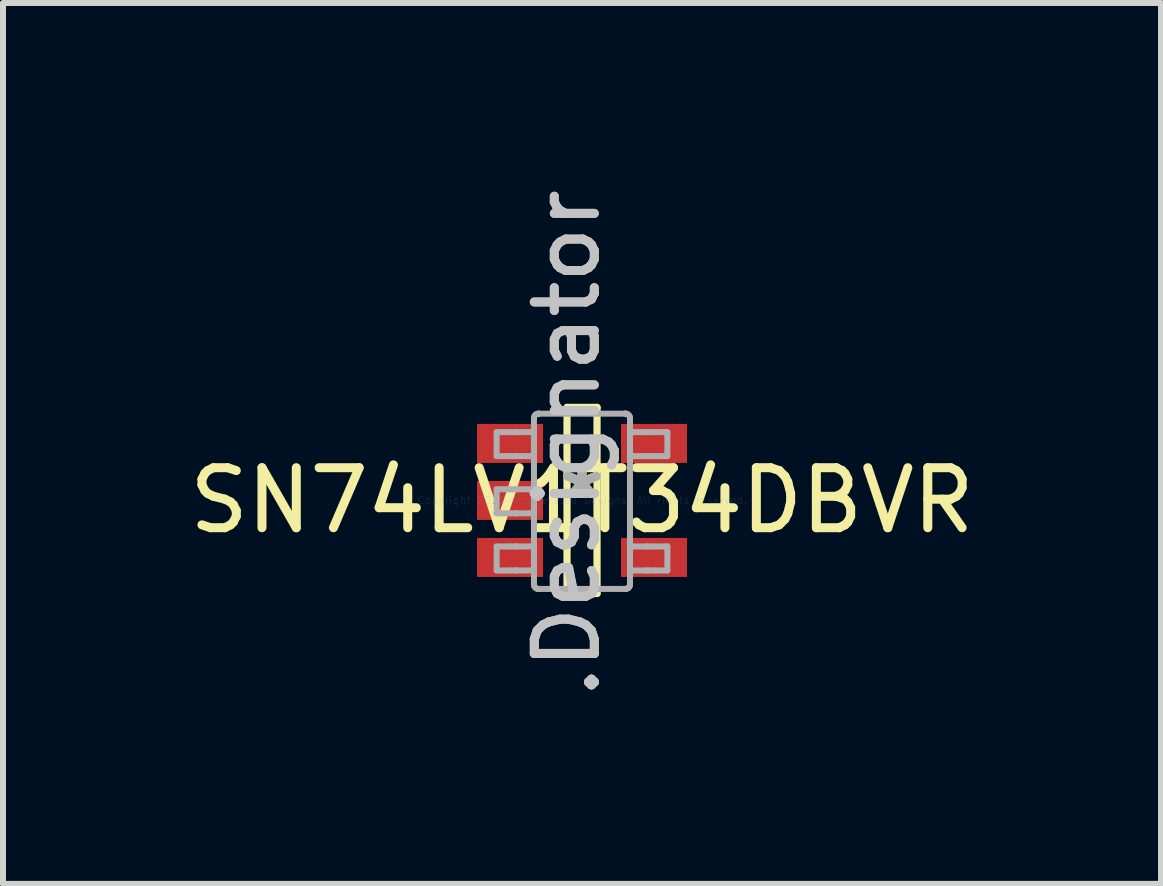
<source format=kicad_pcb>
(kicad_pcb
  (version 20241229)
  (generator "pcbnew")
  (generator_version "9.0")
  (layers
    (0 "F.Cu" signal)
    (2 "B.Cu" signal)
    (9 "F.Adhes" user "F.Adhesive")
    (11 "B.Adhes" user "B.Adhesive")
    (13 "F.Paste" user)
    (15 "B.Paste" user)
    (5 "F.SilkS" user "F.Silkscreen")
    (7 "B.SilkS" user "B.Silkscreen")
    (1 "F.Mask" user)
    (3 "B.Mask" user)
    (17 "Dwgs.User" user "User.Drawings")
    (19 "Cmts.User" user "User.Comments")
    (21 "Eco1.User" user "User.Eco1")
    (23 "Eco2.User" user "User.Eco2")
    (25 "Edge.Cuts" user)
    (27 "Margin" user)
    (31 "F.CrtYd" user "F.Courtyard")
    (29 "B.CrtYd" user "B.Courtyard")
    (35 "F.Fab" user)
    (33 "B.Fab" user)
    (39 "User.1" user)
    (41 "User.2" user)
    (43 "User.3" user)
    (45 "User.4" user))
  (footprint "SN74LV1T34DBVR"
    (layer "F.Cu")
    (at 6.649 5.289)
    (property "Reference" "SN74LV1T34DBVR" (at 0 0 0) (layer "F.SilkS") (effects (font (size 1 1) (thickness 0.15))))
    (attr through_hole)
    (fp_line (start -0.25 -1.55) (end 0.25 -1.55) (stroke (width 0.12) (type solid)) (layer "F.SilkS"))
    (fp_line (start -0.25 1.55) (end -0.25 -1.55) (stroke (width 0.12) (type solid)) (layer "F.SilkS"))
    (fp_line (start -0.25 1.55) (end 0.25 1.55) (stroke (width 0.12) (type solid)) (layer "F.SilkS"))
    (fp_line (start 0.25 1.55) (end 0.25 -1.55) (stroke (width 0.12) (type solid)) (layer "F.SilkS"))
    (fp_line (start -1.423 -1.138) (end -1.199 -1.138) (stroke (width 0.1) (type solid)) (layer "F.Fab"))
    (fp_line (start -1.423 -0.738) (end -1.423 -1.138) (stroke (width 0.1) (type solid)) (layer "F.Fab"))
    (fp_line (start -1.423 -0.738) (end -1.199 -0.738) (stroke (width 0.1) (type solid)) (layer "F.Fab"))
    (fp_line (start -1.423 -0.186) (end -1.199 -0.186) (stroke (width 0.1) (type solid)) (layer "F.Fab"))
    (fp_line (start -1.423 0.215) (end -1.423 -0.186) (stroke (width 0.1) (type solid)) (layer "F.Fab"))
    (fp_line (start -1.423 0.215) (end -1.199 0.215) (stroke (width 0.1) (type solid)) (layer "F.Fab"))
    (fp_line (start -1.423 0.767) (end -1.199 0.767) (stroke (width 0.1) (type solid)) (layer "F.Fab"))
    (fp_line (start -1.423 1.167) (end -1.423 0.767) (stroke (width 0.1) (type solid)) (layer "F.Fab"))
    (fp_line (start -1.423 1.167) (end -1.199 1.167) (stroke (width 0.1) (type solid)) (layer "F.Fab"))
    (fp_line (start -1.199 -1.138) (end -1.105 -1.138) (stroke (width 0.1) (type solid)) (layer "F.Fab"))
    (fp_line (start -1.199 -0.738) (end -1.105 -0.738) (stroke (width 0.1) (type solid)) (layer "F.Fab"))
    (fp_line (start -1.199 -0.186) (end -1.105 -0.186) (stroke (width 0.1) (type solid)) (layer "F.Fab"))
    (fp_line (start -1.199 0.215) (end -1.105 0.215) (stroke (width 0.1) (type solid)) (layer "F.Fab"))
    (fp_line (start -1.199 0.767) (end -1.105 0.767) (stroke (width 0.1) (type solid)) (layer "F.Fab"))
    (fp_line (start -1.199 1.167) (end -1.105 1.167) (stroke (width 0.1) (type solid)) (layer "F.Fab"))
    (fp_line (start -1.105 -1.138) (end -1.088 -1.138) (stroke (width 0.1) (type solid)) (layer "F.Fab"))
    (fp_line (start -1.105 -0.738) (end -1.088 -0.738) (stroke (width 0.1) (type solid)) (layer "F.Fab"))
    (fp_line (start -1.105 -0.186) (end -1.088 -0.186) (stroke (width 0.1) (type solid)) (layer "F.Fab"))
    (fp_line (start -1.105 0.215) (end -1.088 0.215) (stroke (width 0.1) (type solid)) (layer "F.Fab"))
    (fp_line (start -1.105 0.767) (end -1.088 0.767) (stroke (width 0.1) (type solid)) (layer "F.Fab"))
    (fp_line (start -1.105 1.167) (end -1.088 1.167) (stroke (width 0.1) (type solid)) (layer "F.Fab"))
    (fp_line (start -1.088 -1.138) (end -0.835 -1.138) (stroke (width 0.1) (type solid)) (layer "F.Fab"))
    (fp_line (start -1.088 -0.738) (end -0.835 -0.738) (stroke (width 0.1) (type solid)) (layer "F.Fab"))
    (fp_line (start -1.088 -0.186) (end -0.835 -0.186) (stroke (width 0.1) (type solid)) (layer "F.Fab"))
    (fp_line (start -1.088 0.215) (end -0.835 0.215) (stroke (width 0.1) (type solid)) (layer "F.Fab"))
    (fp_line (start -1.088 0.767) (end -0.835 0.767) (stroke (width 0.1) (type solid)) (layer "F.Fab"))
    (fp_line (start -1.088 1.167) (end -0.835 1.167) (stroke (width 0.1) (type solid)) (layer "F.Fab"))
    (fp_line (start -0.835 -1.138) (end -0.801 -1.138) (stroke (width 0.1) (type solid)) (layer "F.Fab"))
    (fp_line (start -0.835 -0.738) (end -0.801 -0.738) (stroke (width 0.1) (type solid)) (layer "F.Fab"))
    (fp_line (start -0.835 -0.186) (end -0.801 -0.186) (stroke (width 0.1) (type solid)) (layer "F.Fab"))
    (fp_line (start -0.835 0.215) (end -0.801 0.215) (stroke (width 0.1) (type solid)) (layer "F.Fab"))
    (fp_line (start -0.835 0.767) (end -0.801 0.767) (stroke (width 0.1) (type solid)) (layer "F.Fab"))
    (fp_line (start -0.835 1.167) (end -0.801 1.167) (stroke (width 0.1) (type solid)) (layer "F.Fab"))
    (fp_line (start -0.801 -1.37) (end -0.801 -1.371) (stroke (width 0.1) (type solid)) (layer "F.Fab"))
    (fp_line (start -0.801 -0.738) (end -0.801 -1.138) (stroke (width 0.1) (type solid)) (layer "F.Fab"))
    (fp_line (start -0.801 0.215) (end -0.801 -0.186) (stroke (width 0.1) (type solid)) (layer "F.Fab"))
    (fp_line (start -0.801 1.167) (end -0.801 0.767) (stroke (width 0.1) (type solid)) (layer "F.Fab"))
    (fp_line (start -0.801 1.399) (end -0.801 -1.37) (stroke (width 0.1) (type solid)) (layer "F.Fab"))
    (fp_line (start -0.801 1.4) (end -0.801 1.399) (stroke (width 0.1) (type solid)) (layer "F.Fab"))
    (fp_line (start -0.725 -1.446) (end -0.725 -1.446) (stroke (width 0.1) (type solid)) (layer "F.Fab"))
    (fp_line (start -0.725 1.475) (end -0.725 1.475) (stroke (width 0.1) (type solid)) (layer "F.Fab"))
    (fp_line (start -0.725 -1.446) (end 0.723 -1.446) (stroke (width 0.1) (type solid)) (layer "F.Fab"))
    (fp_line (start -0.725 1.475) (end 0.723 1.475) (stroke (width 0.1) (type solid)) (layer "F.Fab"))
    (fp_line (start 0.723 -1.446) (end 0.724 -1.446) (stroke (width 0.1) (type solid)) (layer "F.Fab"))
    (fp_line (start 0.723 1.475) (end 0.724 1.475) (stroke (width 0.1) (type solid)) (layer "F.Fab"))
    (fp_line (start 0.799 -1.37) (end 0.799 -1.371) (stroke (width 0.1) (type solid)) (layer "F.Fab"))
    (fp_line (start 0.799 -1.138) (end 0.834 -1.138) (stroke (width 0.1) (type solid)) (layer "F.Fab"))
    (fp_line (start 0.799 -0.738) (end 0.799 -1.138) (stroke (width 0.1) (type solid)) (layer "F.Fab"))
    (fp_line (start 0.799 -0.738) (end 0.834 -0.738) (stroke (width 0.1) (type solid)) (layer "F.Fab"))
    (fp_line (start 0.799 0.767) (end 0.834 0.767) (stroke (width 0.1) (type solid)) (layer "F.Fab"))
    (fp_line (start 0.799 1.167) (end 0.799 0.767) (stroke (width 0.1) (type solid)) (layer "F.Fab"))
    (fp_line (start 0.799 1.167) (end 0.834 1.167) (stroke (width 0.1) (type solid)) (layer "F.Fab"))
    (fp_line (start 0.799 1.399) (end 0.799 -1.37) (stroke (width 0.1) (type solid)) (layer "F.Fab"))
    (fp_line (start 0.799 1.4) (end 0.799 1.399) (stroke (width 0.1) (type solid)) (layer "F.Fab"))
    (fp_line (start 0.834 -1.138) (end 1.087 -1.138) (stroke (width 0.1) (type solid)) (layer "F.Fab"))
    (fp_line (start 0.834 -0.738) (end 1.087 -0.738) (stroke (width 0.1) (type solid)) (layer "F.Fab"))
    (fp_line (start 0.834 0.767) (end 1.087 0.767) (stroke (width 0.1) (type solid)) (layer "F.Fab"))
    (fp_line (start 0.834 1.167) (end 1.087 1.167) (stroke (width 0.1) (type solid)) (layer "F.Fab"))
    (fp_line (start 1.087 -1.138) (end 1.103 -1.138) (stroke (width 0.1) (type solid)) (layer "F.Fab"))
    (fp_line (start 1.087 -0.738) (end 1.103 -0.738) (stroke (width 0.1) (type solid)) (layer "F.Fab"))
    (fp_line (start 1.087 0.767) (end 1.103 0.767) (stroke (width 0.1) (type solid)) (layer "F.Fab"))
    (fp_line (start 1.087 1.167) (end 1.103 1.167) (stroke (width 0.1) (type solid)) (layer "F.Fab"))
    (fp_line (start 1.103 -1.138) (end 1.198 -1.138) (stroke (width 0.1) (type solid)) (layer "F.Fab"))
    (fp_line (start 1.103 -0.738) (end 1.198 -0.738) (stroke (width 0.1) (type solid)) (layer "F.Fab"))
    (fp_line (start 1.103 0.767) (end 1.198 0.767) (stroke (width 0.1) (type solid)) (layer "F.Fab"))
    (fp_line (start 1.103 1.167) (end 1.198 1.167) (stroke (width 0.1) (type solid)) (layer "F.Fab"))
    (fp_line (start 1.198 -1.138) (end 1.422 -1.138) (stroke (width 0.1) (type solid)) (layer "F.Fab"))
    (fp_line (start 1.198 -0.738) (end 1.422 -0.738) (stroke (width 0.1) (type solid)) (layer "F.Fab"))
    (fp_line (start 1.198 0.767) (end 1.422 0.767) (stroke (width 0.1) (type solid)) (layer "F.Fab"))
    (fp_line (start 1.198 1.167) (end 1.422 1.167) (stroke (width 0.1) (type solid)) (layer "F.Fab"))
    (fp_line (start 1.422 -0.738) (end 1.422 -1.138) (stroke (width 0.1) (type solid)) (layer "F.Fab"))
    (fp_line (start 1.422 1.167) (end 1.422 0.767) (stroke (width 0.1) (type solid)) (layer "F.Fab"))
    (fp_arc (start -0.80074 -1.370841) (mid -0.778218 -1.423887) (end -0.724999 -1.445998) (stroke (width 0.1) (type solid)) (layer "F.Fab"))
    (fp_arc (start -0.80074 -1.370841) (mid -0.778218 -1.423887) (end -0.724999 -1.445998) (stroke (width 0.1) (type solid)) (layer "F.Fab"))
    (fp_arc (start -0.724999 1.474999) (mid -0.778213 1.452901) (end -0.80074 1.399867) (stroke (width 0.1) (type solid)) (layer "F.Fab"))
    (fp_arc (start -0.724999 1.474999) (mid -0.778213 1.452901) (end -0.80074 1.399867) (stroke (width 0.1) (type solid)) (layer "F.Fab"))
    (fp_arc (start 0.723715 -1.445998) (mid 0.776933 -1.423886) (end 0.799455 -1.37084) (stroke (width 0.1) (type solid)) (layer "F.Fab"))
    (fp_arc (start 0.723715 -1.445998) (mid 0.776933 -1.423886) (end 0.799455 -1.37084) (stroke (width 0.1) (type solid)) (layer "F.Fab"))
    (fp_arc (start 0.799456 1.399868) (mid 0.776928 1.452902) (end 0.723713 1.475) (stroke (width 0.1) (type solid)) (layer "F.Fab"))
    (fp_arc (start 0.799456 1.399868) (mid 0.776928 1.452902) (end 0.723713 1.475) (stroke (width 0.1) (type solid)) (layer "F.Fab"))
    (fp_text user "*" (at 0 0 0) (layer "F.SilkS") (effects (font (size 1 1) (thickness 0.15))))
    (fp_text user ".Designator" (at -0.25 -0.95 270) (layer "Dwgs.User") (effects (font (size 1 1) (thickness 0.15))))
    (fp_text user "Copyright 2021 Accelerated Designs. All rights reserved." (at 0 0 0) (layer "Cmts.User") (effects (font (size 0.127 0.127) (thickness 0.002))))
    (fp_text user "*" (at 0 0 0) (layer "F.Fab") (effects (font (size 1 1) (thickness 0.15))))
    (fp_text user ".Designator" (at -0.25 -0.95 270) (layer "F.Fab") (effects (font (size 1 1) (thickness 0.15))))
    (pad "1" smd rect (at -1.2 -0.95 90) (size 0.65 1.1) (layers "F.Cu" "F.Mask" "F.Paste"))
    (pad "2" smd rect (at -1.2 0 90) (size 0.65 1.1) (layers "F.Cu" "F.Mask" "F.Paste"))
    (pad "3" smd rect (at -1.2 0.95 90) (size 0.65 1.1) (layers "F.Cu" "F.Mask" "F.Paste"))
    (pad "4" smd rect (at 1.2 0.95 90) (size 0.65 1.1) (layers "F.Cu" "F.Mask" "F.Paste"))
    (pad "5" smd rect (at 1.2 -0.95 90) (size 0.65 1.1) (layers "F.Cu" "F.Mask" "F.Paste")))
  (gr_rect
    (start -3 -3)
    (end 16.298 11.679)
    (stroke (width 0.1) (type default))
    (fill no)
    (layer "Edge.Cuts")))
</source>
